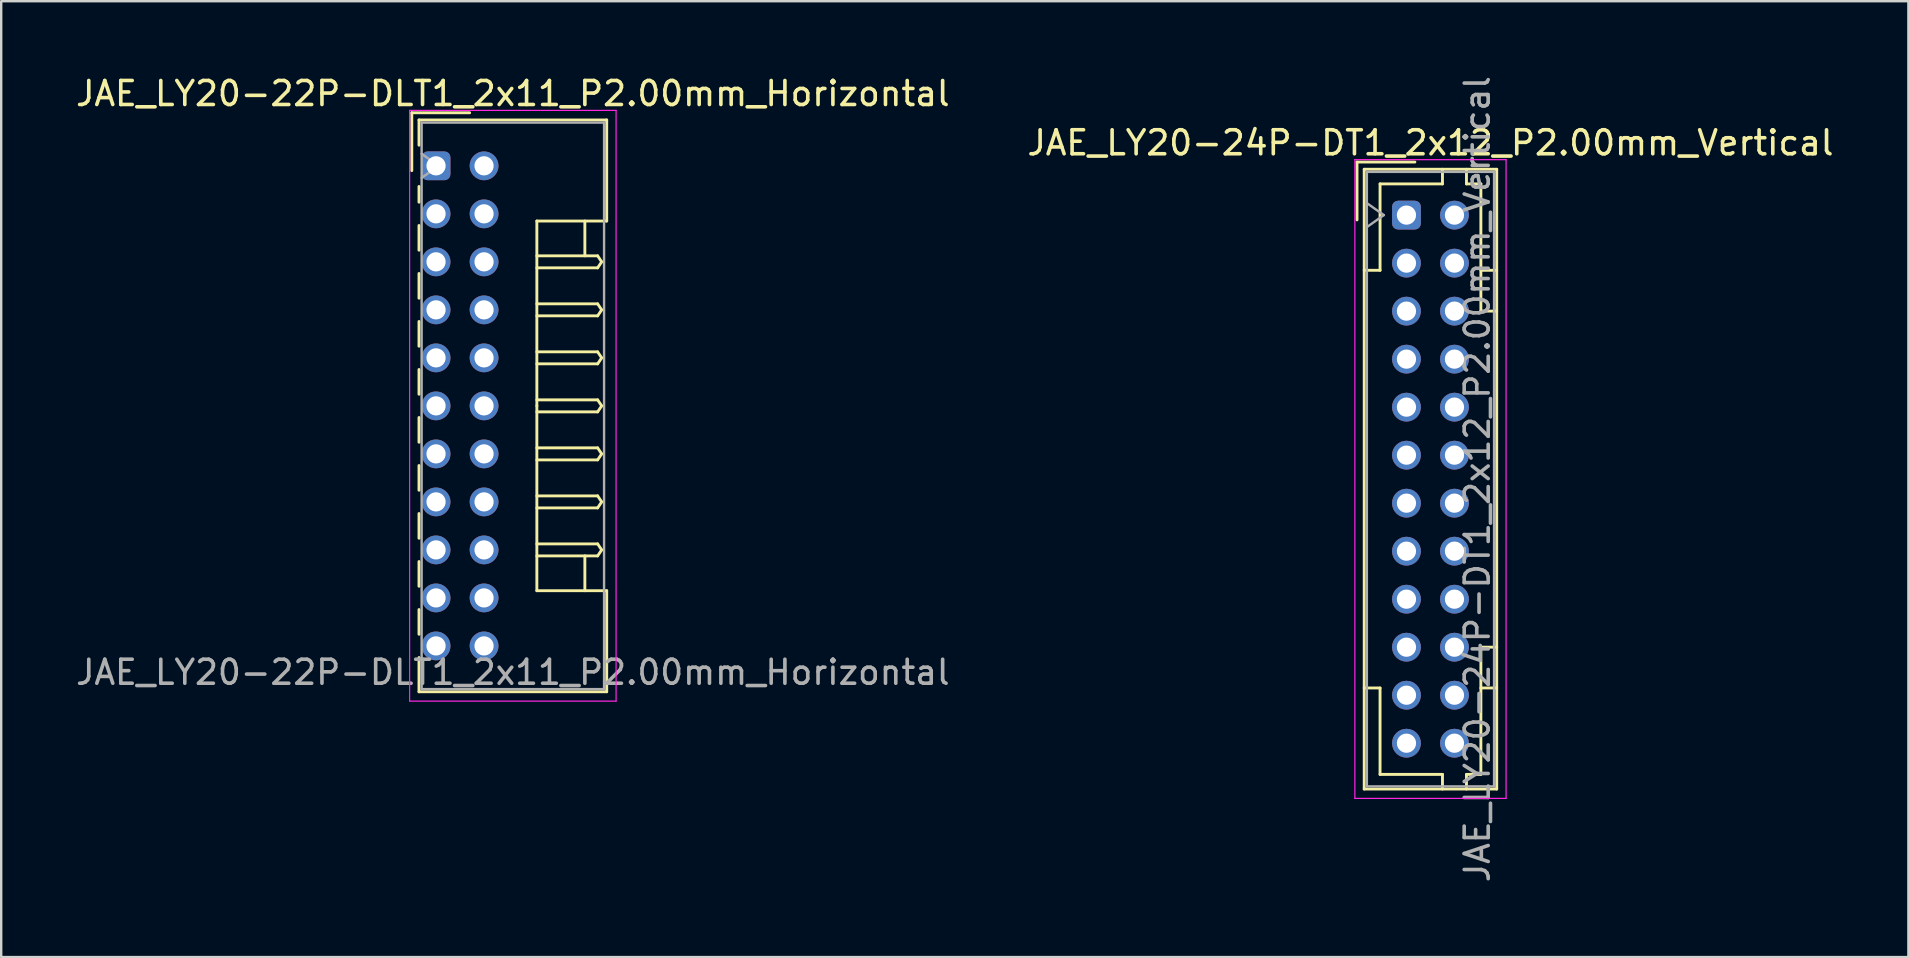
<source format=kicad_pcb>
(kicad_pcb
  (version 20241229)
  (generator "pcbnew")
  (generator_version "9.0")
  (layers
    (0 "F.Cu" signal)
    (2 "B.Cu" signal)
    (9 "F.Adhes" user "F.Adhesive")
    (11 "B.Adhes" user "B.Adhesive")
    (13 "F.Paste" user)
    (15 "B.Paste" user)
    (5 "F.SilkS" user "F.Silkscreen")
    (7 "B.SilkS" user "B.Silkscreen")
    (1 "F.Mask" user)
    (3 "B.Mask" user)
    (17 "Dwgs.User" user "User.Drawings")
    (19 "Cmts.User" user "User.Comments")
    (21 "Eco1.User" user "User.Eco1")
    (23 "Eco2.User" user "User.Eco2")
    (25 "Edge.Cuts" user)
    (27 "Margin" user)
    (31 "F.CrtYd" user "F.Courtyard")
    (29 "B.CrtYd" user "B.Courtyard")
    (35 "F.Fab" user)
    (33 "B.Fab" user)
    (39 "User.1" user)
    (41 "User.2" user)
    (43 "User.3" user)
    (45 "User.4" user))
  (footprint "JAE_LY20-24P-DT1_2x12_P2.00mm_Vertical"
    (layer "F.Cu")
    (at 55.542 5.911)
    (property "Reference" "JAE_LY20-24P-DT1_2x12_P2.00mm_Vertical" (at 1 -3.01 0) (layer "F.SilkS") (effects (font (size 1 1) (thickness 0.15))))
    (attr through_hole)
    (fp_line (start -2.06 -2.21) (end -2.06 0.2) (stroke (width 0.12) (type solid)) (layer "F.SilkS"))
    (fp_line (start -1.76 -1.91) (end -1.76 23.91) (stroke (width 0.12) (type solid)) (layer "F.SilkS"))
    (fp_line (start -1.76 23.91) (end 3.76 23.91) (stroke (width 0.12) (type solid)) (layer "F.SilkS"))
    (fp_line (start -1.1 -1.3) (end -1.1 2.3) (stroke (width 0.12) (type solid)) (layer "F.SilkS"))
    (fp_line (start -1.1 2.3) (end -1.76 2.3) (stroke (width 0.12) (type solid)) (layer "F.SilkS"))
    (fp_line (start -1.1 19.7) (end -1.76 19.7) (stroke (width 0.12) (type solid)) (layer "F.SilkS"))
    (fp_line (start -1.1 23.3) (end -1.1 19.7) (stroke (width 0.12) (type solid)) (layer "F.SilkS"))
    (fp_line (start 0.35 -2.21) (end -2.06 -2.21) (stroke (width 0.12) (type solid)) (layer "F.SilkS"))
    (fp_line (start 1.5 -1.91) (end 1.5 -1.3) (stroke (width 0.12) (type solid)) (layer "F.SilkS"))
    (fp_line (start 1.5 -1.3) (end -1.1 -1.3) (stroke (width 0.12) (type solid)) (layer "F.SilkS"))
    (fp_line (start 1.5 23.3) (end -1.1 23.3) (stroke (width 0.12) (type solid)) (layer "F.SilkS"))
    (fp_line (start 1.5 23.91) (end 1.5 23.3) (stroke (width 0.12) (type solid)) (layer "F.SilkS"))
    (fp_line (start 2.5 -1.91) (end 2.5 -1.3) (stroke (width 0.12) (type solid)) (layer "F.SilkS"))
    (fp_line (start 2.5 -1.3) (end 3.1 -1.3) (stroke (width 0.12) (type solid)) (layer "F.SilkS"))
    (fp_line (start 2.5 23.3) (end 3.1 23.3) (stroke (width 0.12) (type solid)) (layer "F.SilkS"))
    (fp_line (start 2.5 23.91) (end 2.5 23.3) (stroke (width 0.12) (type solid)) (layer "F.SilkS"))
    (fp_line (start 3.1 -1.3) (end 3.1 4) (stroke (width 0.12) (type solid)) (layer "F.SilkS"))
    (fp_line (start 3.1 4) (end 3.76 4) (stroke (width 0.12) (type solid)) (layer "F.SilkS"))
    (fp_line (start 3.1 18) (end 3.76 18) (stroke (width 0.12) (type solid)) (layer "F.SilkS"))
    (fp_line (start 3.1 23.3) (end 3.1 18) (stroke (width 0.12) (type solid)) (layer "F.SilkS"))
    (fp_line (start 3.76 -1.91) (end -1.76 -1.91) (stroke (width 0.12) (type solid)) (layer "F.SilkS"))
    (fp_line (start 3.76 2.3) (end 3.1 2.3) (stroke (width 0.12) (type solid)) (layer "F.SilkS"))
    (fp_line (start 3.76 19.7) (end 3.1 19.7) (stroke (width 0.12) (type solid)) (layer "F.SilkS"))
    (fp_line (start 3.76 23.91) (end 3.76 -1.91) (stroke (width 0.12) (type solid)) (layer "F.SilkS"))
    (fp_line (start -2.15 -2.31) (end -2.15 24.3) (stroke (width 0.05) (type solid)) (layer "F.CrtYd"))
    (fp_line (start -2.15 24.3) (end 4.15 24.3) (stroke (width 0.05) (type solid)) (layer "F.CrtYd"))
    (fp_line (start 4.15 -2.31) (end -2.15 -2.31) (stroke (width 0.05) (type solid)) (layer "F.CrtYd"))
    (fp_line (start 4.15 24.3) (end 4.15 -2.31) (stroke (width 0.05) (type solid)) (layer "F.CrtYd"))
    (fp_line (start -1.65 -1.8) (end -1.65 23.8) (stroke (width 0.1) (type solid)) (layer "F.Fab"))
    (fp_line (start -1.65 0.5) (end -0.943 0) (stroke (width 0.1) (type solid)) (layer "F.Fab"))
    (fp_line (start -1.65 23.8) (end 3.65 23.8) (stroke (width 0.1) (type solid)) (layer "F.Fab"))
    (fp_line (start -0.943 0) (end -1.65 -0.5) (stroke (width 0.1) (type solid)) (layer "F.Fab"))
    (fp_line (start 3.65 -1.8) (end -1.65 -1.8) (stroke (width 0.1) (type solid)) (layer "F.Fab"))
    (fp_line (start 3.65 23.8) (end 3.65 -1.8) (stroke (width 0.1) (type solid)) (layer "F.Fab"))
    (fp_text user "${REFERENCE}" (at 2.95 11 90) (layer "F.Fab") (effects (font (size 1 1) (thickness 0.15))))
    (pad "a1" thru_hole roundrect (at 0 0) (size 1.2 1.2) (drill 0.8) (layers "*.Cu" "*.Mask") (roundrect_rratio 0.208))
    (pad "a2" thru_hole circle (at 0 2) (size 1.2 1.2) (drill 0.8) (layers "*.Cu" "*.Mask"))
    (pad "a3" thru_hole circle (at 0 4) (size 1.2 1.2) (drill 0.8) (layers "*.Cu" "*.Mask"))
    (pad "a4" thru_hole circle (at 0 6) (size 1.2 1.2) (drill 0.8) (layers "*.Cu" "*.Mask"))
    (pad "a5" thru_hole circle (at 0 8) (size 1.2 1.2) (drill 0.8) (layers "*.Cu" "*.Mask"))
    (pad "a6" thru_hole circle (at 0 10) (size 1.2 1.2) (drill 0.8) (layers "*.Cu" "*.Mask"))
    (pad "a7" thru_hole circle (at 0 12) (size 1.2 1.2) (drill 0.8) (layers "*.Cu" "*.Mask"))
    (pad "a8" thru_hole circle (at 0 14) (size 1.2 1.2) (drill 0.8) (layers "*.Cu" "*.Mask"))
    (pad "a9" thru_hole circle (at 0 16) (size 1.2 1.2) (drill 0.8) (layers "*.Cu" "*.Mask"))
    (pad "a10" thru_hole circle (at 0 18) (size 1.2 1.2) (drill 0.8) (layers "*.Cu" "*.Mask"))
    (pad "a11" thru_hole circle (at 0 20) (size 1.2 1.2) (drill 0.8) (layers "*.Cu" "*.Mask"))
    (pad "a12" thru_hole circle (at 0 22) (size 1.2 1.2) (drill 0.8) (layers "*.Cu" "*.Mask"))
    (pad "b1" thru_hole circle (at 2 0) (size 1.2 1.2) (drill 0.8) (layers "*.Cu" "*.Mask"))
    (pad "b2" thru_hole circle (at 2 2) (size 1.2 1.2) (drill 0.8) (layers "*.Cu" "*.Mask"))
    (pad "b3" thru_hole circle (at 2 4) (size 1.2 1.2) (drill 0.8) (layers "*.Cu" "*.Mask"))
    (pad "b4" thru_hole circle (at 2 6) (size 1.2 1.2) (drill 0.8) (layers "*.Cu" "*.Mask"))
    (pad "b5" thru_hole circle (at 2 8) (size 1.2 1.2) (drill 0.8) (layers "*.Cu" "*.Mask"))
    (pad "b6" thru_hole circle (at 2 10) (size 1.2 1.2) (drill 0.8) (layers "*.Cu" "*.Mask"))
    (pad "b7" thru_hole circle (at 2 12) (size 1.2 1.2) (drill 0.8) (layers "*.Cu" "*.Mask"))
    (pad "b8" thru_hole circle (at 2 14) (size 1.2 1.2) (drill 0.8) (layers "*.Cu" "*.Mask"))
    (pad "b9" thru_hole circle (at 2 16) (size 1.2 1.2) (drill 0.8) (layers "*.Cu" "*.Mask"))
    (pad "b10" thru_hole circle (at 2 18) (size 1.2 1.2) (drill 0.8) (layers "*.Cu" "*.Mask"))
    (pad "b11" thru_hole circle (at 2 20) (size 1.2 1.2) (drill 0.8) (layers "*.Cu" "*.Mask"))
    (pad "b12" thru_hole circle (at 2 22) (size 1.2 1.2) (drill 0.8) (layers "*.Cu" "*.Mask")))
  (footprint "JAE_LY20-22P-DLT1_2x11_P2.00mm_Horizontal"
    (layer "F.Cu")
    (at 15.115 3.858)
    (property "Reference" "JAE_LY20-22P-DLT1_2x11_P2.00mm_Horizontal" (at 3.2 -3.01 0) (layer "F.SilkS") (effects (font (size 1 1) (thickness 0.15))))
    (attr through_hole)
    (fp_line (start -1.01 -2.21) (end -1.01 0.2) (stroke (width 0.12) (type solid)) (layer "F.SilkS"))
    (fp_line (start -0.71 -1.91) (end -0.71 -0.86) (stroke (width 0.12) (type solid)) (layer "F.SilkS"))
    (fp_line (start -0.71 -1.91) (end 7.11 -1.91) (stroke (width 0.12) (type solid)) (layer "F.SilkS"))
    (fp_line (start -0.71 0.86) (end -0.71 1.515) (stroke (width 0.12) (type solid)) (layer "F.SilkS"))
    (fp_line (start -0.71 2.485) (end -0.71 3.515) (stroke (width 0.12) (type solid)) (layer "F.SilkS"))
    (fp_line (start -0.71 4.485) (end -0.71 5.515) (stroke (width 0.12) (type solid)) (layer "F.SilkS"))
    (fp_line (start -0.71 6.485) (end -0.71 7.515) (stroke (width 0.12) (type solid)) (layer "F.SilkS"))
    (fp_line (start -0.71 8.485) (end -0.71 9.515) (stroke (width 0.12) (type solid)) (layer "F.SilkS"))
    (fp_line (start -0.71 10.485) (end -0.71 11.515) (stroke (width 0.12) (type solid)) (layer "F.SilkS"))
    (fp_line (start -0.71 12.485) (end -0.71 13.515) (stroke (width 0.12) (type solid)) (layer "F.SilkS"))
    (fp_line (start -0.71 14.485) (end -0.71 15.515) (stroke (width 0.12) (type solid)) (layer "F.SilkS"))
    (fp_line (start -0.71 16.485) (end -0.71 17.515) (stroke (width 0.12) (type solid)) (layer "F.SilkS"))
    (fp_line (start -0.71 18.485) (end -0.71 19.515) (stroke (width 0.12) (type solid)) (layer "F.SilkS"))
    (fp_line (start -0.71 20.485) (end -0.71 21.91) (stroke (width 0.12) (type solid)) (layer "F.SilkS"))
    (fp_line (start -0.71 21.91) (end 7.11 21.91) (stroke (width 0.12) (type solid)) (layer "F.SilkS"))
    (fp_line (start 1.4 -2.21) (end -1.01 -2.21) (stroke (width 0.12) (type solid)) (layer "F.SilkS"))
    (fp_line (start 4.2 2.3) (end 4.2 10) (stroke (width 0.12) (type solid)) (layer "F.SilkS"))
    (fp_line (start 4.2 3.75) (end 6.733 3.75) (stroke (width 0.12) (type solid)) (layer "F.SilkS"))
    (fp_line (start 4.2 5.75) (end 6.733 5.75) (stroke (width 0.12) (type solid)) (layer "F.SilkS"))
    (fp_line (start 4.2 7.75) (end 6.733 7.75) (stroke (width 0.12) (type solid)) (layer "F.SilkS"))
    (fp_line (start 4.2 9.75) (end 6.733 9.75) (stroke (width 0.12) (type solid)) (layer "F.SilkS"))
    (fp_line (start 4.2 11.75) (end 6.733 11.75) (stroke (width 0.12) (type solid)) (layer "F.SilkS"))
    (fp_line (start 4.2 13.75) (end 6.733 13.75) (stroke (width 0.12) (type solid)) (layer "F.SilkS"))
    (fp_line (start 4.2 15.75) (end 6.733 15.75) (stroke (width 0.12) (type solid)) (layer "F.SilkS"))
    (fp_line (start 4.2 17.7) (end 4.2 10) (stroke (width 0.12) (type solid)) (layer "F.SilkS"))
    (fp_line (start 6.2 2.3) (end 6.2 3.75) (stroke (width 0.12) (type solid)) (layer "F.SilkS"))
    (fp_line (start 6.2 17.7) (end 6.2 16.25) (stroke (width 0.12) (type solid)) (layer "F.SilkS"))
    (fp_line (start 6.733 3.75) (end 6.9 4) (stroke (width 0.12) (type solid)) (layer "F.SilkS"))
    (fp_line (start 6.733 4.25) (end 4.2 4.25) (stroke (width 0.12) (type solid)) (layer "F.SilkS"))
    (fp_line (start 6.733 5.75) (end 6.9 6) (stroke (width 0.12) (type solid)) (layer "F.SilkS"))
    (fp_line (start 6.733 6.25) (end 4.2 6.25) (stroke (width 0.12) (type solid)) (layer "F.SilkS"))
    (fp_line (start 6.733 7.75) (end 6.9 8) (stroke (width 0.12) (type solid)) (layer "F.SilkS"))
    (fp_line (start 6.733 8.25) (end 4.2 8.25) (stroke (width 0.12) (type solid)) (layer "F.SilkS"))
    (fp_line (start 6.733 9.75) (end 6.9 10) (stroke (width 0.12) (type solid)) (layer "F.SilkS"))
    (fp_line (start 6.733 10.25) (end 4.2 10.25) (stroke (width 0.12) (type solid)) (layer "F.SilkS"))
    (fp_line (start 6.733 11.75) (end 6.9 12) (stroke (width 0.12) (type solid)) (layer "F.SilkS"))
    (fp_line (start 6.733 12.25) (end 4.2 12.25) (stroke (width 0.12) (type solid)) (layer "F.SilkS"))
    (fp_line (start 6.733 13.75) (end 6.9 14) (stroke (width 0.12) (type solid)) (layer "F.SilkS"))
    (fp_line (start 6.733 14.25) (end 4.2 14.25) (stroke (width 0.12) (type solid)) (layer "F.SilkS"))
    (fp_line (start 6.733 15.75) (end 6.9 16) (stroke (width 0.12) (type solid)) (layer "F.SilkS"))
    (fp_line (start 6.733 16.25) (end 4.2 16.25) (stroke (width 0.12) (type solid)) (layer "F.SilkS"))
    (fp_line (start 6.9 4) (end 6.733 4.25) (stroke (width 0.12) (type solid)) (layer "F.SilkS"))
    (fp_line (start 6.9 6) (end 6.733 6.25) (stroke (width 0.12) (type solid)) (layer "F.SilkS"))
    (fp_line (start 6.9 8) (end 6.733 8.25) (stroke (width 0.12) (type solid)) (layer "F.SilkS"))
    (fp_line (start 6.9 10) (end 6.733 10.25) (stroke (width 0.12) (type solid)) (layer "F.SilkS"))
    (fp_line (start 6.9 12) (end 6.733 12.25) (stroke (width 0.12) (type solid)) (layer "F.SilkS"))
    (fp_line (start 6.9 14) (end 6.733 14.25) (stroke (width 0.12) (type solid)) (layer "F.SilkS"))
    (fp_line (start 6.9 16) (end 6.733 16.25) (stroke (width 0.12) (type solid)) (layer "F.SilkS"))
    (fp_line (start 7.11 -1.91) (end 7.11 2.3) (stroke (width 0.12) (type solid)) (layer "F.SilkS"))
    (fp_line (start 7.11 2.3) (end 4.2 2.3) (stroke (width 0.12) (type solid)) (layer "F.SilkS"))
    (fp_line (start 7.11 17.7) (end 4.2 17.7) (stroke (width 0.12) (type solid)) (layer "F.SilkS"))
    (fp_line (start 7.11 21.91) (end 7.11 17.7) (stroke (width 0.12) (type solid)) (layer "F.SilkS"))
    (fp_line (start -1.1 -2.31) (end -1.1 22.3) (stroke (width 0.05) (type solid)) (layer "F.CrtYd"))
    (fp_line (start -1.1 22.3) (end 7.5 22.3) (stroke (width 0.05) (type solid)) (layer "F.CrtYd"))
    (fp_line (start 7.5 -2.31) (end -1.1 -2.31) (stroke (width 0.05) (type solid)) (layer "F.CrtYd"))
    (fp_line (start 7.5 22.3) (end 7.5 -2.31) (stroke (width 0.05) (type solid)) (layer "F.CrtYd"))
    (fp_line (start -0.6 -1.8) (end -0.6 21.8) (stroke (width 0.1) (type solid)) (layer "F.Fab"))
    (fp_line (start -0.6 0.5) (end 0.107 0) (stroke (width 0.1) (type solid)) (layer "F.Fab"))
    (fp_line (start -0.6 21.8) (end 7 21.8) (stroke (width 0.1) (type solid)) (layer "F.Fab"))
    (fp_line (start 0.107 0) (end -0.6 -0.5) (stroke (width 0.1) (type solid)) (layer "F.Fab"))
    (fp_line (start 7 -1.8) (end -0.6 -1.8) (stroke (width 0.1) (type solid)) (layer "F.Fab"))
    (fp_line (start 7 21.8) (end 7 -1.8) (stroke (width 0.1) (type solid)) (layer "F.Fab"))
    (fp_text user "${REFERENCE}" (at 3.2 21.1 0) (layer "F.Fab") (effects (font (size 1 1) (thickness 0.15))))
    (pad "a1" thru_hole roundrect (at 0 0) (size 1.2 1.2) (drill 0.8) (layers "*.Cu" "*.Mask") (roundrect_rratio 0.208))
    (pad "a2" thru_hole circle (at 0 2) (size 1.2 1.2) (drill 0.8) (layers "*.Cu" "*.Mask"))
    (pad "a3" thru_hole circle (at 0 4) (size 1.2 1.2) (drill 0.8) (layers "*.Cu" "*.Mask"))
    (pad "a4" thru_hole circle (at 0 6) (size 1.2 1.2) (drill 0.8) (layers "*.Cu" "*.Mask"))
    (pad "a5" thru_hole circle (at 0 8) (size 1.2 1.2) (drill 0.8) (layers "*.Cu" "*.Mask"))
    (pad "a6" thru_hole circle (at 0 10) (size 1.2 1.2) (drill 0.8) (layers "*.Cu" "*.Mask"))
    (pad "a7" thru_hole circle (at 0 12) (size 1.2 1.2) (drill 0.8) (layers "*.Cu" "*.Mask"))
    (pad "a8" thru_hole circle (at 0 14) (size 1.2 1.2) (drill 0.8) (layers "*.Cu" "*.Mask"))
    (pad "a9" thru_hole circle (at 0 16) (size 1.2 1.2) (drill 0.8) (layers "*.Cu" "*.Mask"))
    (pad "a10" thru_hole circle (at 0 18) (size 1.2 1.2) (drill 0.8) (layers "*.Cu" "*.Mask"))
    (pad "a11" thru_hole circle (at 0 20) (size 1.2 1.2) (drill 0.8) (layers "*.Cu" "*.Mask"))
    (pad "b1" thru_hole circle (at 2 0) (size 1.2 1.2) (drill 0.8) (layers "*.Cu" "*.Mask"))
    (pad "b2" thru_hole circle (at 2 2) (size 1.2 1.2) (drill 0.8) (layers "*.Cu" "*.Mask"))
    (pad "b3" thru_hole circle (at 2 4) (size 1.2 1.2) (drill 0.8) (layers "*.Cu" "*.Mask"))
    (pad "b4" thru_hole circle (at 2 6) (size 1.2 1.2) (drill 0.8) (layers "*.Cu" "*.Mask"))
    (pad "b5" thru_hole circle (at 2 8) (size 1.2 1.2) (drill 0.8) (layers "*.Cu" "*.Mask"))
    (pad "b6" thru_hole circle (at 2 10) (size 1.2 1.2) (drill 0.8) (layers "*.Cu" "*.Mask"))
    (pad "b7" thru_hole circle (at 2 12) (size 1.2 1.2) (drill 0.8) (layers "*.Cu" "*.Mask"))
    (pad "b8" thru_hole circle (at 2 14) (size 1.2 1.2) (drill 0.8) (layers "*.Cu" "*.Mask"))
    (pad "b9" thru_hole circle (at 2 16) (size 1.2 1.2) (drill 0.8) (layers "*.Cu" "*.Mask"))
    (pad "b10" thru_hole circle (at 2 18) (size 1.2 1.2) (drill 0.8) (layers "*.Cu" "*.Mask"))
    (pad "b11" thru_hole circle (at 2 20) (size 1.2 1.2) (drill 0.8) (layers "*.Cu" "*.Mask")))
  (gr_rect
    (start -3 -3)
    (end 76.452 36.821)
    (stroke (width 0.1) (type default))
    (fill no)
    (layer "Edge.Cuts")))
</source>
